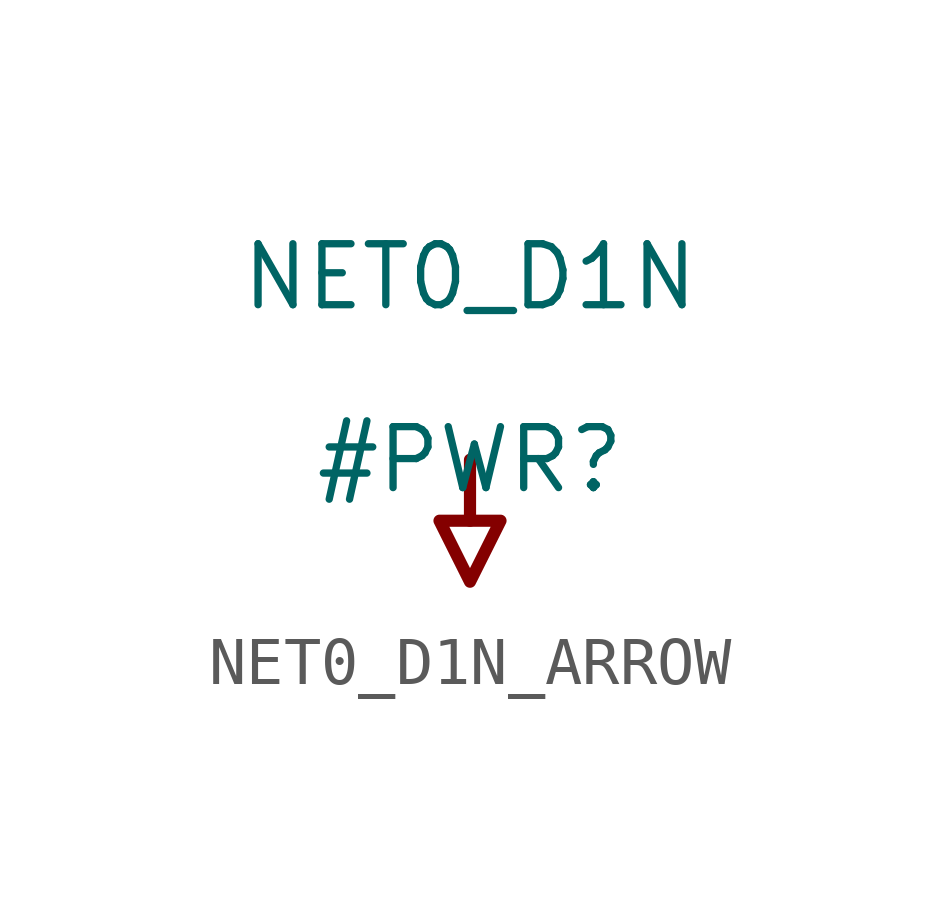
<source format=kicad_sym>
(kicad_symbol_lib
  (version 20231120)
  (generator "kicad_symbol_editor")
  (generator_version "8.0")
  (symbol "NET0_D1N_ARROW"
    (power)
    (property "Reference" "#PWR"
      (at 0 0 0)
      (effects (font (size 1.27 1.27))))
    (property "Value" "NET0_D1N"
      (at 0 3.81 0)
      (effects (font (size 1.27 1.27))))
    (symbol "NET0_D1N_ARROW_0_0"
      (polyline (pts (xy 0 0) (xy 0 -1.27)) (stroke (width 0.254) (type solid)) (fill (type none)))
      (polyline (pts (xy -0.635 -1.27) (xy 0.635 -1.27) (xy 0 -2.54) (xy -0.635 -1.27)) (stroke (width 0.254) (type solid)) (fill (type none)))
      (pin power_in line (at 0 0 0) (length 0) hide (name "NET0_D1N" (effects (font (size 1.27 1.27)))) (number "" (effects (font (size 1.27 1.27))))))))
</source>
